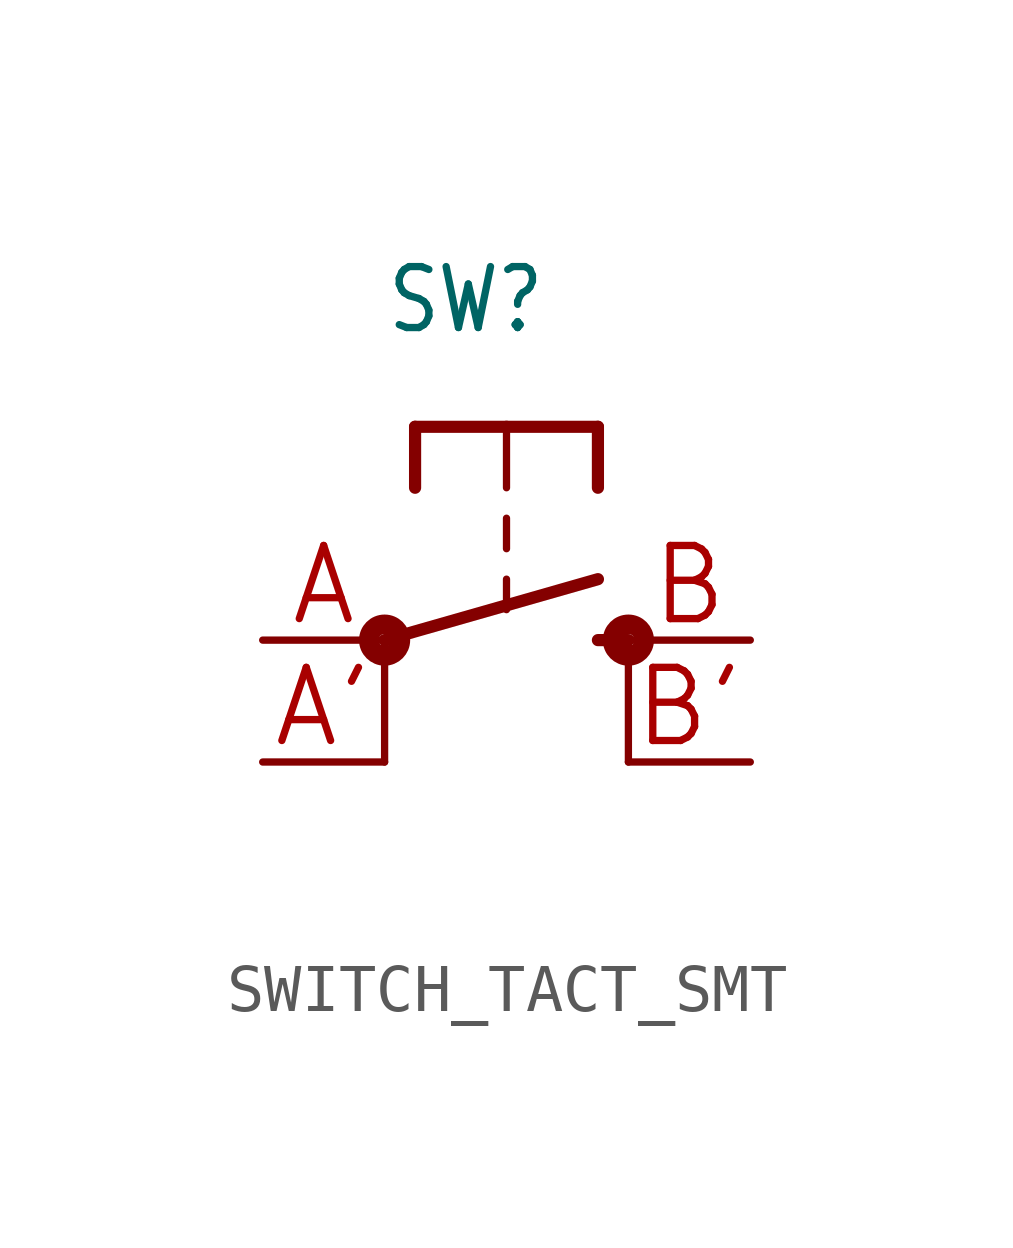
<source format=kicad_sym>
(kicad_symbol_lib
  (version 20241209)
  (generator "kicad_symbol_editor")
  (generator_version "9.0")
  (symbol "SWITCH_TACT_SMT"
    (property "Reference" "SW"
      (at -2.54 6.35 0)
      (effects (font (size 1.27 1.079)) (justify left bottom)))
    (property "Value" ""
      (at -2.54 -5.08 0)
      (effects (font (size 1.27 1.079)) (justify left bottom)))
    (property "ki_locked" ""
      (at 0 0 0)
      (effects (font (size 1.27 1.27))))
    (symbol "SWITCH_TACT_SMT_1_0"
      (circle (center -2.54 0) (radius 0.127) (stroke (width 0.406) (type solid)) (fill (type none)))
      (polyline (pts (xy -2.54 0) (xy 1.905 1.27)) (stroke (width 0.254) (type solid)) (fill (type none)))
      (polyline (pts (xy -2.54 -2.54) (xy -2.54 0)) (stroke (width 0.152) (type solid)) (fill (type none)))
      (polyline (pts (xy -1.905 4.445) (xy -1.905 3.175)) (stroke (width 0.254) (type solid)) (fill (type none)))
      (polyline (pts (xy 0 4.445) (xy -1.905 4.445)) (stroke (width 0.254) (type solid)) (fill (type none)))
      (polyline (pts (xy 0 4.445) (xy 0 3.175)) (stroke (width 0.152) (type solid)) (fill (type none)))
      (polyline (pts (xy 0 2.54) (xy 0 1.905)) (stroke (width 0.152) (type solid)) (fill (type none)))
      (polyline (pts (xy 0 1.27) (xy 0 0.635)) (stroke (width 0.152) (type solid)) (fill (type none)))
      (polyline (pts (xy 1.905 4.445) (xy 0 4.445)) (stroke (width 0.254) (type solid)) (fill (type none)))
      (polyline (pts (xy 1.905 4.445) (xy 1.905 3.175)) (stroke (width 0.254) (type solid)) (fill (type none)))
      (polyline (pts (xy 1.905 0) (xy 2.54 0)) (stroke (width 0.254) (type solid)) (fill (type none)))
      (circle (center 2.54 0) (radius 0.127) (stroke (width 0.406) (type solid)) (fill (type none)))
      (polyline (pts (xy 2.54 -2.54) (xy 2.54 0)) (stroke (width 0.152) (type solid)) (fill (type none)))
      (pin passive line (at -5.08 0 0) (length 2.54) (name "P" (effects (font (size 0 0)))) (number "A" (effects (font (size 1.524 1.524)))))
      (pin passive line (at -5.08 -2.54 0) (length 2.54) (name "P1" (effects (font (size 0 0)))) (number "A'" (effects (font (size 1.524 1.524)))))
      (pin passive line (at 5.08 0 180) (length 2.54) (name "S" (effects (font (size 0 0)))) (number "B" (effects (font (size 1.524 1.524)))))
      (pin passive line (at 5.08 -2.54 180) (length 2.54) (name "S1" (effects (font (size 0 0)))) (number "B'" (effects (font (size 1.524 1.524))))))))
</source>
